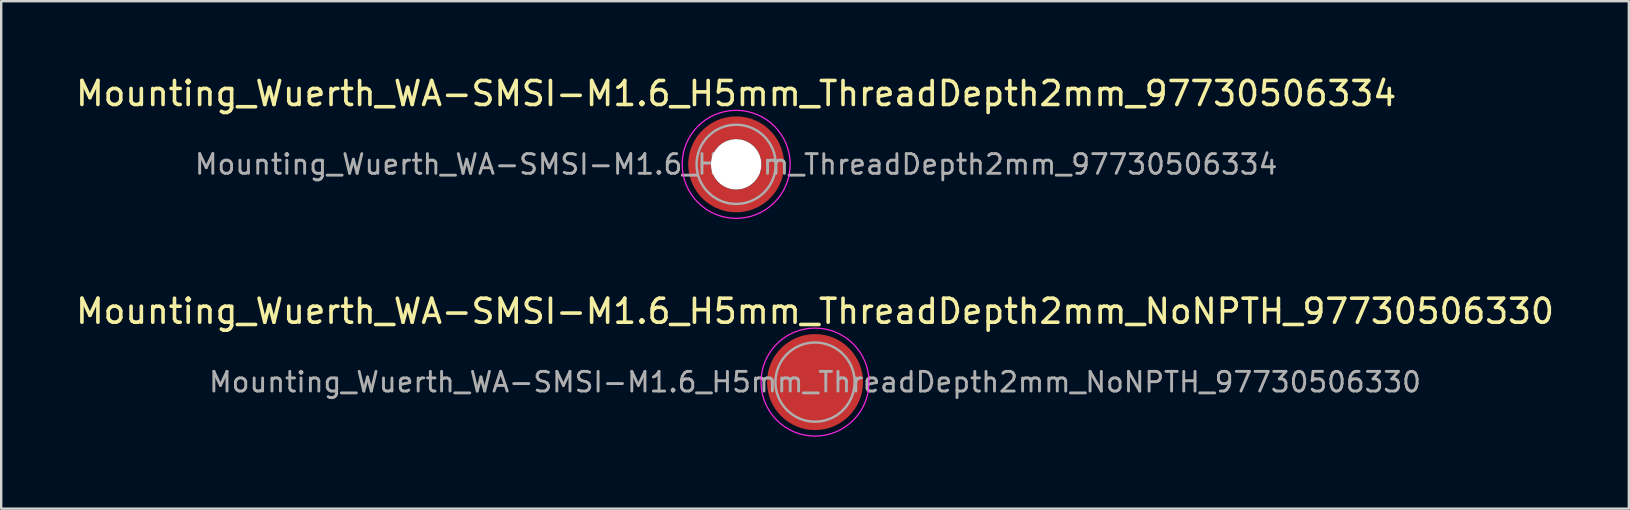
<source format=kicad_pcb>
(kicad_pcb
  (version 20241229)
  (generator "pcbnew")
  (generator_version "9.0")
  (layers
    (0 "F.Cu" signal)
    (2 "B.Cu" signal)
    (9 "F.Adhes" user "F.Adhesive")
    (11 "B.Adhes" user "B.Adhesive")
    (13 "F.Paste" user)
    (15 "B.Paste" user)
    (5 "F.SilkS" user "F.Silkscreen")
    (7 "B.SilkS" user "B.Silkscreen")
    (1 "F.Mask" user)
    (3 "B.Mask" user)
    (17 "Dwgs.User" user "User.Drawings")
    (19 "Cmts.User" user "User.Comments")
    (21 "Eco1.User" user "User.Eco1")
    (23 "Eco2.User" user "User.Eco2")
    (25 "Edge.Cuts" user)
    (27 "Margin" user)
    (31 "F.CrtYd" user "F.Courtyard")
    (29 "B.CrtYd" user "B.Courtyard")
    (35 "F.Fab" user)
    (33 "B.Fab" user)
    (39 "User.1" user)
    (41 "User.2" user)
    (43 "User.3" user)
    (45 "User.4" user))
  (footprint "Mounting_Wuerth_WA-SMSI-M1.6_H5mm_ThreadDepth2mm_97730506334"
    (layer "F.Cu")
    (at 27.625 3.798)
    (property "Reference" "Mounting_Wuerth_WA-SMSI-M1.6_H5mm_ThreadDepth2mm_97730506334" (at 0 -2.95 0) (layer "F.SilkS") (effects (font (size 1 1) (thickness 0.15))))
    (attr smd allow_soldermask_bridges)
    (fp_circle (center 0 0) (end 2.25 0) (stroke (width 0.05) (type solid)) (fill no) (layer "F.CrtYd"))
    (fp_circle (center 0 0) (end 1.65 0) (stroke (width 0.1) (type solid)) (fill no) (layer "F.Fab"))
    (fp_text user "${REFERENCE}" (at 0 0 0) (layer "F.Fab") (effects (font (size 0.82 0.82) (thickness 0.12))))
    (pad "" smd custom (at -1.061 -1.061) (size 0.4 0.4) (layers "F.Paste") (options (anchor circle)) (primitives (gr_arc (start -0.101235 0.76066) (mid 0.212132 0.212132) (end 0.76066 -0.101235) (width 0.2)) (gr_arc (start -0.204251 0.76066) (mid 0.141421 0.141421) (end 0.76066 -0.204251) (width 0.2)) (gr_arc (start -0.306819 0.76066) (mid 0.070711 0.070711) (end 0.76066 -0.306819) (width 0.2)) (gr_arc (start -0.409034 0.76066) (mid 0 0) (end 0.76066 -0.409034) (width 0.2)) (gr_arc (start -0.510963 0.76066) (mid -0.070711 -0.070711) (end 0.76066 -0.510963) (width 0.2)) (gr_arc (start -0.61266 0.76066) (mid -0.141421 -0.141421) (end 0.76066 -0.61266) (width 0.2)) (gr_arc (start -0.714164 0.76066) (mid -0.212132 -0.212132) (end 0.76066 -0.714164) (width 0.2)) (gr_line (start 0.761 -0.101) (end 0.761 -0.714) (width 0.2)) (gr_line (start -0.101 0.761) (end -0.714 0.761) (width 0.2))))
    (pad "" smd custom (at -1.061 1.061) (size 0.4 0.4) (layers "F.Paste") (options (anchor circle)) (primitives (gr_arc (start 0.76066 0.101235) (mid 0.212132 -0.212132) (end -0.101235 -0.76066) (width 0.2)) (gr_arc (start 0.76066 0.204251) (mid 0.141421 -0.141421) (end -0.204251 -0.76066) (width 0.2)) (gr_arc (start 0.76066 0.306819) (mid 0.070711 -0.070711) (end -0.306819 -0.76066) (width 0.2)) (gr_arc (start 0.76066 0.409034) (mid 0 0) (end -0.409034 -0.76066) (width 0.2)) (gr_arc (start 0.76066 0.510963) (mid -0.070711 0.070711) (end -0.510963 -0.76066) (width 0.2)) (gr_arc (start 0.76066 0.61266) (mid -0.141421 0.141421) (end -0.61266 -0.76066) (width 0.2)) (gr_arc (start 0.76066 0.714164) (mid -0.212132 0.212132) (end -0.714164 -0.76066) (width 0.2)) (gr_line (start -0.101 -0.761) (end -0.714 -0.761) (width 0.2)) (gr_line (start 0.761 0.101) (end 0.761 0.714) (width 0.2))))
    (pad "" np_thru_hole circle (at 0 0) (size 2.1 2.1) (drill 2.1) (layers "*.Cu" "*.Mask"))
    (pad "" smd custom (at 1.061 -1.061) (size 0.4 0.4) (layers "F.Paste") (options (anchor circle)) (primitives (gr_arc (start -0.76066 -0.101235) (mid -0.212132 0.212132) (end 0.101235 0.76066) (width 0.2)) (gr_arc (start -0.76066 -0.204251) (mid -0.141421 0.141421) (end 0.204251 0.76066) (width 0.2)) (gr_arc (start -0.76066 -0.306819) (mid -0.070711 0.070711) (end 0.306819 0.76066) (width 0.2)) (gr_arc (start -0.76066 -0.409034) (mid 0 0) (end 0.409034 0.76066) (width 0.2)) (gr_arc (start -0.76066 -0.510963) (mid 0.070711 -0.070711) (end 0.510963 0.76066) (width 0.2)) (gr_arc (start -0.76066 -0.61266) (mid 0.141421 -0.141421) (end 0.61266 0.76066) (width 0.2)) (gr_arc (start -0.76066 -0.714164) (mid 0.212132 -0.212132) (end 0.714164 0.76066) (width 0.2)) (gr_line (start 0.101 0.761) (end 0.714 0.761) (width 0.2)) (gr_line (start -0.761 -0.101) (end -0.761 -0.714) (width 0.2))))
    (pad "" smd custom (at 1.061 1.061) (size 0.4 0.4) (layers "F.Paste") (options (anchor circle)) (primitives (gr_arc (start 0.101235 -0.76066) (mid -0.212132 -0.212132) (end -0.76066 0.101235) (width 0.2)) (gr_arc (start 0.204251 -0.76066) (mid -0.141421 -0.141421) (end -0.76066 0.204251) (width 0.2)) (gr_arc (start 0.306819 -0.76066) (mid -0.070711 -0.070711) (end -0.76066 0.306819) (width 0.2)) (gr_arc (start 0.409034 -0.76066) (mid 0 0) (end -0.76066 0.409034) (width 0.2)) (gr_arc (start 0.510963 -0.76066) (mid 0.070711 0.070711) (end -0.76066 0.510963) (width 0.2)) (gr_arc (start 0.61266 -0.76066) (mid 0.141421 0.141421) (end -0.76066 0.61266) (width 0.2)) (gr_arc (start 0.714164 -0.76066) (mid 0.212132 0.212132) (end -0.76066 0.714164) (width 0.2)) (gr_line (start -0.761 0.101) (end -0.761 0.714) (width 0.2)) (gr_line (start 0.101 -0.761) (end 0.714 -0.761) (width 0.2))))
    (pad "1" smd circle (at -1.525 0) (size 0.442 0.442) (layers "F.Cu"))
    (pad "1" smd circle (at 0 -1.525) (size 0.442 0.442) (layers "F.Cu"))
    (pad "1" smd circle (at 0 1.525) (size 0.442 0.442) (layers "F.Cu"))
    (pad "1" smd custom (at 1.525 0) (size 0.95 0.95) (layers "F.Cu" "F.Mask") (options (anchor circle)) (primitives (gr_circle (center -1.525 0) (end 0 0) (width 0.95) (fill no)))))
  (footprint "Mounting_Wuerth_WA-SMSI-M1.6_H5mm_ThreadDepth2mm_NoNPTH_97730506330"
    (layer "F.Cu")
    (at 30.911 12.871)
    (property "Reference" "Mounting_Wuerth_WA-SMSI-M1.6_H5mm_ThreadDepth2mm_NoNPTH_97730506330" (at 0 -2.95 0) (layer "F.SilkS") (effects (font (size 1 1) (thickness 0.15))))
    (attr smd allow_soldermask_bridges)
    (fp_circle (center 0 0) (end 2.25 0) (stroke (width 0.05) (type solid)) (fill no) (layer "F.CrtYd"))
    (fp_circle (center 0 0) (end 1.65 0) (stroke (width 0.1) (type solid)) (fill no) (layer "F.Fab"))
    (fp_text user "${REFERENCE}" (at 0 0 0) (layer "F.Fab") (effects (font (size 0.82 0.82) (thickness 0.12))))
    (pad "" smd custom (at -0.778 -0.778) (size 0.8 0.8) (layers "F.Paste") (options (anchor circle)) (primitives (gr_arc (start 0.465568 0.527817) (mid 0.494975 0.494975) (end 0.527817 0.465568) (width 0.2)) (gr_arc (start 0.344805 0.527817) (mid 0.424264 0.424264) (end 0.527817 0.344805) (width 0.2)) (gr_arc (start 0.232382 0.527817) (mid 0.353553 0.353553) (end 0.527817 0.232382) (width 0.2)) (gr_arc (start 0.123983 0.527817) (mid 0.282843 0.282843) (end 0.527817 0.123983) (width 0.2)) (gr_arc (start 0.017883 0.527817) (mid 0.212132 0.212132) (end 0.527817 0.017883) (width 0.2)) (gr_arc (start -0.086763 0.527817) (mid 0.141421 0.141421) (end 0.527817 -0.086763) (width 0.2)) (gr_arc (start -0.190428 0.527817) (mid 0.070711 0.070711) (end 0.527817 -0.190428) (width 0.2)) (gr_arc (start -0.293397 0.527817) (mid 0 0) (end 0.527817 -0.293397) (width 0.2)) (gr_arc (start -0.395852 0.527817) (mid -0.070711 -0.070711) (end 0.527817 -0.395852) (width 0.2)) (gr_arc (start -0.497918 0.527817) (mid -0.141421 -0.141421) (end 0.527817 -0.497918) (width 0.2)) (gr_arc (start -0.59968 0.527817) (mid -0.212132 -0.212132) (end 0.527817 -0.59968) (width 0.2)) (gr_arc (start -0.701202 0.527817) (mid -0.282843 -0.282843) (end 0.527817 -0.701202) (width 0.2)) (gr_arc (start -0.802531 0.527817) (mid -0.353553 -0.353553) (end 0.527817 -0.802531) (width 0.2)) (gr_arc (start -0.9037 0.527817) (mid -0.424264 -0.424264) (end 0.527817 -0.9037) (width 0.2)) (gr_arc (start -1.004737 0.527817) (mid -0.494975 -0.494975) (end 0.527817 -1.004737) (width 0.2)) (gr_line (start 0.528 0.466) (end 0.528 -1.005) (width 0.2)) (gr_line (start 0.466 0.528) (end -1.005 0.528) (width 0.2))))
    (pad "" smd custom (at -0.778 0.778) (size 0.8 0.8) (layers "F.Paste") (options (anchor circle)) (primitives (gr_arc (start 0.527817 -0.465568) (mid 0.494975 -0.494975) (end 0.465568 -0.527817) (width 0.2)) (gr_arc (start 0.527817 -0.344805) (mid 0.424264 -0.424264) (end 0.344805 -0.527817) (width 0.2)) (gr_arc (start 0.527817 -0.232382) (mid 0.353553 -0.353553) (end 0.232382 -0.527817) (width 0.2)) (gr_arc (start 0.527817 -0.123983) (mid 0.282843 -0.282843) (end 0.123983 -0.527817) (width 0.2)) (gr_arc (start 0.527817 -0.017883) (mid 0.212132 -0.212132) (end 0.017883 -0.527817) (width 0.2)) (gr_arc (start 0.527817 0.086763) (mid 0.141421 -0.141421) (end -0.086763 -0.527817) (width 0.2)) (gr_arc (start 0.527817 0.190428) (mid 0.070711 -0.070711) (end -0.190428 -0.527817) (width 0.2)) (gr_arc (start 0.527817 0.293397) (mid 0 0) (end -0.293397 -0.527817) (width 0.2)) (gr_arc (start 0.527817 0.395852) (mid -0.070711 0.070711) (end -0.395852 -0.527817) (width 0.2)) (gr_arc (start 0.527817 0.497918) (mid -0.141421 0.141421) (end -0.497918 -0.527817) (width 0.2)) (gr_arc (start 0.527817 0.59968) (mid -0.212132 0.212132) (end -0.59968 -0.527817) (width 0.2)) (gr_arc (start 0.527817 0.701202) (mid -0.282843 0.282843) (end -0.701202 -0.527817) (width 0.2)) (gr_arc (start 0.527817 0.802531) (mid -0.353553 0.353553) (end -0.802531 -0.527817) (width 0.2)) (gr_arc (start 0.527817 0.9037) (mid -0.424264 0.424264) (end -0.9037 -0.527817) (width 0.2)) (gr_arc (start 0.527817 1.004737) (mid -0.494975 0.494975) (end -1.004737 -0.527817) (width 0.2)) (gr_line (start 0.466 -0.528) (end -1.005 -0.528) (width 0.2)) (gr_line (start 0.528 -0.466) (end 0.528 1.005) (width 0.2))))
    (pad "" smd custom (at 0.778 -0.778) (size 0.8 0.8) (layers "F.Paste") (options (anchor circle)) (primitives (gr_arc (start -0.527817 0.465568) (mid -0.494975 0.494975) (end -0.465568 0.527817) (width 0.2)) (gr_arc (start -0.527817 0.344805) (mid -0.424264 0.424264) (end -0.344805 0.527817) (width 0.2)) (gr_arc (start -0.527817 0.232382) (mid -0.353553 0.353553) (end -0.232382 0.527817) (width 0.2)) (gr_arc (start -0.527817 0.123983) (mid -0.282843 0.282843) (end -0.123983 0.527817) (width 0.2)) (gr_arc (start -0.527817 0.017883) (mid -0.212132 0.212132) (end -0.017883 0.527817) (width 0.2)) (gr_arc (start -0.527817 -0.086763) (mid -0.141421 0.141421) (end 0.086763 0.527817) (width 0.2)) (gr_arc (start -0.527817 -0.190428) (mid -0.070711 0.070711) (end 0.190428 0.527817) (width 0.2)) (gr_arc (start -0.527817 -0.293397) (mid 0 0) (end 0.293397 0.527817) (width 0.2)) (gr_arc (start -0.527817 -0.395852) (mid 0.070711 -0.070711) (end 0.395852 0.527817) (width 0.2)) (gr_arc (start -0.527817 -0.497918) (mid 0.141421 -0.141421) (end 0.497918 0.527817) (width 0.2)) (gr_arc (start -0.527817 -0.59968) (mid 0.212132 -0.212132) (end 0.59968 0.527817) (width 0.2)) (gr_arc (start -0.527817 -0.701202) (mid 0.282843 -0.282843) (end 0.701202 0.527817) (width 0.2)) (gr_arc (start -0.527817 -0.802531) (mid 0.353553 -0.353553) (end 0.802531 0.527817) (width 0.2)) (gr_arc (start -0.527817 -0.9037) (mid 0.424264 -0.424264) (end 0.9037 0.527817) (width 0.2)) (gr_arc (start -0.527817 -1.004737) (mid 0.494975 -0.494975) (end 1.004737 0.527817) (width 0.2)) (gr_line (start -0.466 0.528) (end 1.005 0.528) (width 0.2)) (gr_line (start -0.528 0.466) (end -0.528 -1.005) (width 0.2))))
    (pad "" smd custom (at 0.778 0.778) (size 0.8 0.8) (layers "F.Paste") (options (anchor circle)) (primitives (gr_arc (start -0.465568 -0.527817) (mid -0.494975 -0.494975) (end -0.527817 -0.465568) (width 0.2)) (gr_arc (start -0.344805 -0.527817) (mid -0.424264 -0.424264) (end -0.527817 -0.344805) (width 0.2)) (gr_arc (start -0.232382 -0.527817) (mid -0.353553 -0.353553) (end -0.527817 -0.232382) (width 0.2)) (gr_arc (start -0.123983 -0.527817) (mid -0.282843 -0.282843) (end -0.527817 -0.123983) (width 0.2)) (gr_arc (start -0.017883 -0.527817) (mid -0.212132 -0.212132) (end -0.527817 -0.017883) (width 0.2)) (gr_arc (start 0.086763 -0.527817) (mid -0.141421 -0.141421) (end -0.527817 0.086763) (width 0.2)) (gr_arc (start 0.190428 -0.527817) (mid -0.070711 -0.070711) (end -0.527817 0.190428) (width 0.2)) (gr_arc (start 0.293397 -0.527817) (mid 0 0) (end -0.527817 0.293397) (width 0.2)) (gr_arc (start 0.395852 -0.527817) (mid 0.070711 0.070711) (end -0.527817 0.395852) (width 0.2)) (gr_arc (start 0.497918 -0.527817) (mid 0.141421 0.141421) (end -0.527817 0.497918) (width 0.2)) (gr_arc (start 0.59968 -0.527817) (mid 0.212132 0.212132) (end -0.527817 0.59968) (width 0.2)) (gr_arc (start 0.701202 -0.527817) (mid 0.282843 0.282843) (end -0.527817 0.701202) (width 0.2)) (gr_arc (start 0.802531 -0.527817) (mid 0.353553 0.353553) (end -0.527817 0.802531) (width 0.2)) (gr_arc (start 0.9037 -0.527817) (mid 0.424264 0.424264) (end -0.527817 0.9037) (width 0.2)) (gr_arc (start 1.004737 -0.527817) (mid 0.494975 0.494975) (end -0.527817 1.004737) (width 0.2)) (gr_line (start -0.528 -0.466) (end -0.528 1.005) (width 0.2)) (gr_line (start -0.466 -0.528) (end 1.005 -0.528) (width 0.2))))
    (pad "1" smd circle (at 0 0) (size 4 4) (layers "F.Cu" "F.Mask")))
  (gr_rect
    (start -3 -3)
    (end 64.821 18.146)
    (stroke (width 0.1) (type default))
    (fill no)
    (layer "Edge.Cuts")))
</source>
